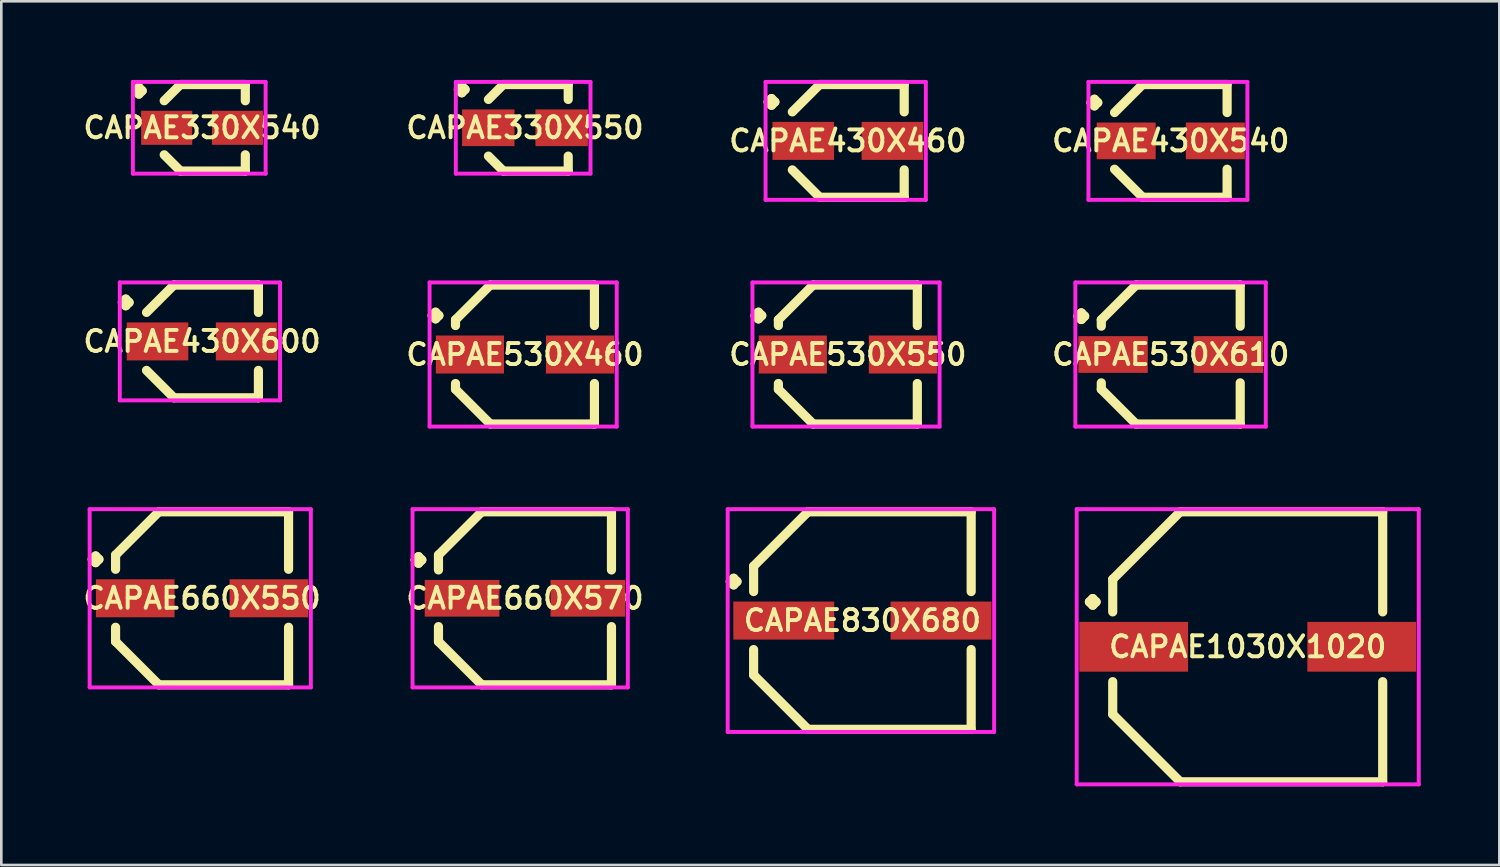
<source format=kicad_pcb>
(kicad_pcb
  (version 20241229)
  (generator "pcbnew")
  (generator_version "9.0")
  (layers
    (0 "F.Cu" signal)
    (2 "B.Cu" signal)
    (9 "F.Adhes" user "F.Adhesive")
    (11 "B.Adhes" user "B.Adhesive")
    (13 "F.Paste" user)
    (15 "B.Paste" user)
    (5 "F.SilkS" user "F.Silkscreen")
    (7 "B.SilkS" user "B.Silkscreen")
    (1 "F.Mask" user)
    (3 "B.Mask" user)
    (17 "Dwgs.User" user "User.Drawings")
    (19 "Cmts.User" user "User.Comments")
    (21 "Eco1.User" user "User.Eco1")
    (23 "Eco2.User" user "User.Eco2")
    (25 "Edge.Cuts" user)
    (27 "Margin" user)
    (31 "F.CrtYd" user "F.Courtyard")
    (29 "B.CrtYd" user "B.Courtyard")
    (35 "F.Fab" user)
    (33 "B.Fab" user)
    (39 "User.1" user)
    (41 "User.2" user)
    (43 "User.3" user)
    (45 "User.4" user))
  (footprint "CAPAE830X680"
    (layer "F.Cu")
    (at 29.851 20.625)
    (property "Reference" "CAPAE830X680" (at 0 0 0) (layer "F.SilkS") (effects (font (size 0.8 0.8) (thickness 0.15))))
    (attr smd)
    (fp_line (start -5.039 -1.487) (end -4.912 -1.614) (stroke (width 0.35) (type solid)) (layer "F.SilkS"))
    (fp_line (start -4.912 -1.614) (end -4.785 -1.487) (stroke (width 0.35) (type solid)) (layer "F.SilkS"))
    (fp_line (start -4.912 -1.36) (end -5.039 -1.487) (stroke (width 0.35) (type solid)) (layer "F.SilkS"))
    (fp_line (start -4.785 -1.487) (end -4.912 -1.36) (stroke (width 0.35) (type solid)) (layer "F.SilkS"))
    (fp_line (start -4.15 -2.075) (end -4.15 -1.106) (stroke (width 0.35) (type solid)) (layer "F.SilkS"))
    (fp_line (start -4.15 2.075) (end -4.15 1.106) (stroke (width 0.35) (type solid)) (layer "F.SilkS"))
    (fp_line (start -2.075 -4.15) (end -4.15 -2.075) (stroke (width 0.35) (type solid)) (layer "F.SilkS"))
    (fp_line (start -2.075 4.15) (end -4.15 2.075) (stroke (width 0.35) (type solid)) (layer "F.SilkS"))
    (fp_line (start 4.15 -4.15) (end -2.075 -4.15) (stroke (width 0.35) (type solid)) (layer "F.SilkS"))
    (fp_line (start 4.15 -1.106) (end 4.15 -4.15) (stroke (width 0.35) (type solid)) (layer "F.SilkS"))
    (fp_line (start 4.15 1.106) (end 4.15 4.15) (stroke (width 0.35) (type solid)) (layer "F.SilkS"))
    (fp_line (start 4.15 4.15) (end -2.075 4.15) (stroke (width 0.35) (type solid)) (layer "F.SilkS"))
    (fp_line (start -5.139 -4.25) (end 5.025 -4.25) (stroke (width 0.15) (type solid)) (layer "F.CrtYd"))
    (fp_line (start -5.139 4.25) (end -5.139 -4.25) (stroke (width 0.15) (type solid)) (layer "F.CrtYd"))
    (fp_line (start 5.025 -4.25) (end 5.025 4.25) (stroke (width 0.15) (type solid)) (layer "F.CrtYd"))
    (fp_line (start 5.025 4.25) (end -5.139 4.25) (stroke (width 0.15) (type solid)) (layer "F.CrtYd"))
    (pad "1" smd rect (at -3 0) (size 3.85 1.45) (layers "F.Cu" "F.Mask" "F.Paste"))
    (pad "2" smd rect (at 3 0) (size 3.85 1.45) (layers "F.Cu" "F.Mask" "F.Paste")))
  (footprint "CAPAE430X540"
    (layer "F.Cu")
    (at 41.615 2.325)
    (property "Reference" "CAPAE430X540" (at 0 0 0) (layer "F.SilkS") (effects (font (size 0.8 0.8) (thickness 0.15))))
    (attr smd)
    (fp_line (start -3.039 -1.462) (end -2.912 -1.589) (stroke (width 0.35) (type solid)) (layer "F.SilkS"))
    (fp_line (start -2.912 -1.589) (end -2.785 -1.462) (stroke (width 0.35) (type solid)) (layer "F.SilkS"))
    (fp_line (start -2.912 -1.335) (end -3.039 -1.462) (stroke (width 0.35) (type solid)) (layer "F.SilkS"))
    (fp_line (start -2.785 -1.462) (end -2.912 -1.335) (stroke (width 0.35) (type solid)) (layer "F.SilkS"))
    (fp_line (start -1.075 -2.15) (end -2.144 -1.081) (stroke (width 0.35) (type solid)) (layer "F.SilkS"))
    (fp_line (start -1.075 2.15) (end -2.144 1.081) (stroke (width 0.35) (type solid)) (layer "F.SilkS"))
    (fp_line (start 2.15 -2.15) (end -1.075 -2.15) (stroke (width 0.35) (type solid)) (layer "F.SilkS"))
    (fp_line (start 2.15 -1.081) (end 2.15 -2.15) (stroke (width 0.35) (type solid)) (layer "F.SilkS"))
    (fp_line (start 2.15 1.081) (end 2.15 2.15) (stroke (width 0.35) (type solid)) (layer "F.SilkS"))
    (fp_line (start 2.15 2.15) (end -1.075 2.15) (stroke (width 0.35) (type solid)) (layer "F.SilkS"))
    (fp_line (start -3.139 -2.25) (end 2.925 -2.25) (stroke (width 0.15) (type solid)) (layer "F.CrtYd"))
    (fp_line (start -3.139 2.25) (end -3.139 -2.25) (stroke (width 0.15) (type solid)) (layer "F.CrtYd"))
    (fp_line (start 2.925 -2.25) (end 2.925 2.25) (stroke (width 0.15) (type solid)) (layer "F.CrtYd"))
    (fp_line (start 2.925 2.25) (end -3.139 2.25) (stroke (width 0.15) (type solid)) (layer "F.CrtYd"))
    (pad "1" smd rect (at -1.7 0) (size 2.25 1.4) (layers "F.Cu" "F.Mask" "F.Paste"))
    (pad "2" smd rect (at 1.7 0) (size 2.25 1.4) (layers "F.Cu" "F.Mask" "F.Paste")))
  (footprint "CAPAE530X460"
    (layer "F.Cu")
    (at 16.978 10.475)
    (property "Reference" "CAPAE530X460" (at 0 0 0) (layer "F.SilkS") (effects (font (size 0.8 0.8) (thickness 0.15))))
    (attr smd)
    (fp_line (start -3.539 -1.487) (end -3.412 -1.614) (stroke (width 0.35) (type solid)) (layer "F.SilkS"))
    (fp_line (start -3.412 -1.614) (end -3.285 -1.487) (stroke (width 0.35) (type solid)) (layer "F.SilkS"))
    (fp_line (start -3.412 -1.36) (end -3.539 -1.487) (stroke (width 0.35) (type solid)) (layer "F.SilkS"))
    (fp_line (start -3.285 -1.487) (end -3.412 -1.36) (stroke (width 0.35) (type solid)) (layer "F.SilkS"))
    (fp_line (start -2.65 -1.325) (end -2.65 -1.106) (stroke (width 0.35) (type solid)) (layer "F.SilkS"))
    (fp_line (start -2.65 1.325) (end -2.65 1.106) (stroke (width 0.35) (type solid)) (layer "F.SilkS"))
    (fp_line (start -1.325 -2.65) (end -2.65 -1.325) (stroke (width 0.35) (type solid)) (layer "F.SilkS"))
    (fp_line (start -1.325 2.65) (end -2.65 1.325) (stroke (width 0.35) (type solid)) (layer "F.SilkS"))
    (fp_line (start 2.65 -2.65) (end -1.325 -2.65) (stroke (width 0.35) (type solid)) (layer "F.SilkS"))
    (fp_line (start 2.65 -1.106) (end 2.65 -2.65) (stroke (width 0.35) (type solid)) (layer "F.SilkS"))
    (fp_line (start 2.65 1.106) (end 2.65 2.65) (stroke (width 0.35) (type solid)) (layer "F.SilkS"))
    (fp_line (start 2.65 2.65) (end -1.325 2.65) (stroke (width 0.35) (type solid)) (layer "F.SilkS"))
    (fp_line (start -3.639 -2.75) (end 3.5 -2.75) (stroke (width 0.15) (type solid)) (layer "F.CrtYd"))
    (fp_line (start -3.639 2.75) (end -3.639 -2.75) (stroke (width 0.15) (type solid)) (layer "F.CrtYd"))
    (fp_line (start 3.5 -2.75) (end 3.5 2.75) (stroke (width 0.15) (type solid)) (layer "F.CrtYd"))
    (fp_line (start 3.5 2.75) (end -3.639 2.75) (stroke (width 0.15) (type solid)) (layer "F.CrtYd"))
    (pad "1" smd rect (at -2.1 0) (size 2.6 1.45) (layers "F.Cu" "F.Mask" "F.Paste"))
    (pad "2" smd rect (at 2.1 0) (size 2.6 1.45) (layers "F.Cu" "F.Mask" "F.Paste")))
  (footprint "CAPAE530X610"
    (layer "F.Cu")
    (at 41.615 10.475)
    (property "Reference" "CAPAE530X610" (at 0 0 0) (layer "F.SilkS") (effects (font (size 0.8 0.8) (thickness 0.15))))
    (attr smd)
    (fp_line (start -3.539 -1.462) (end -3.412 -1.589) (stroke (width 0.35) (type solid)) (layer "F.SilkS"))
    (fp_line (start -3.412 -1.589) (end -3.285 -1.462) (stroke (width 0.35) (type solid)) (layer "F.SilkS"))
    (fp_line (start -3.412 -1.335) (end -3.539 -1.462) (stroke (width 0.35) (type solid)) (layer "F.SilkS"))
    (fp_line (start -3.285 -1.462) (end -3.412 -1.335) (stroke (width 0.35) (type solid)) (layer "F.SilkS"))
    (fp_line (start -2.65 -1.325) (end -2.65 -1.081) (stroke (width 0.35) (type solid)) (layer "F.SilkS"))
    (fp_line (start -2.65 1.325) (end -2.65 1.081) (stroke (width 0.35) (type solid)) (layer "F.SilkS"))
    (fp_line (start -1.325 -2.65) (end -2.65 -1.325) (stroke (width 0.35) (type solid)) (layer "F.SilkS"))
    (fp_line (start -1.325 2.65) (end -2.65 1.325) (stroke (width 0.35) (type solid)) (layer "F.SilkS"))
    (fp_line (start 2.65 -2.65) (end -1.325 -2.65) (stroke (width 0.35) (type solid)) (layer "F.SilkS"))
    (fp_line (start 2.65 -1.081) (end 2.65 -2.65) (stroke (width 0.35) (type solid)) (layer "F.SilkS"))
    (fp_line (start 2.65 1.081) (end 2.65 2.65) (stroke (width 0.35) (type solid)) (layer "F.SilkS"))
    (fp_line (start 2.65 2.65) (end -1.325 2.65) (stroke (width 0.35) (type solid)) (layer "F.SilkS"))
    (fp_line (start -3.639 -2.75) (end 3.625 -2.75) (stroke (width 0.15) (type solid)) (layer "F.CrtYd"))
    (fp_line (start -3.639 2.75) (end -3.639 -2.75) (stroke (width 0.15) (type solid)) (layer "F.CrtYd"))
    (fp_line (start 3.625 -2.75) (end 3.625 2.75) (stroke (width 0.15) (type solid)) (layer "F.CrtYd"))
    (fp_line (start 3.625 2.75) (end -3.639 2.75) (stroke (width 0.15) (type solid)) (layer "F.CrtYd"))
    (pad "1" smd rect (at -2.2 0) (size 2.65 1.4) (layers "F.Cu" "F.Mask" "F.Paste"))
    (pad "2" smd rect (at 2.2 0) (size 2.65 1.4) (layers "F.Cu" "F.Mask" "F.Paste")))
  (footprint "CAPAE330X550"
    (layer "F.Cu")
    (at 16.978 1.825)
    (property "Reference" "CAPAE330X550" (at 0 0 0) (layer "F.SilkS") (effects (font (size 0.8 0.8) (thickness 0.15))))
    (attr smd)
    (fp_line (start -2.539 -1.462) (end -2.412 -1.589) (stroke (width 0.35) (type solid)) (layer "F.SilkS"))
    (fp_line (start -2.412 -1.589) (end -2.285 -1.462) (stroke (width 0.35) (type solid)) (layer "F.SilkS"))
    (fp_line (start -2.412 -1.335) (end -2.539 -1.462) (stroke (width 0.35) (type solid)) (layer "F.SilkS"))
    (fp_line (start -2.285 -1.462) (end -2.412 -1.335) (stroke (width 0.35) (type solid)) (layer "F.SilkS"))
    (fp_line (start -0.825 -1.65) (end -1.394 -1.081) (stroke (width 0.35) (type solid)) (layer "F.SilkS"))
    (fp_line (start -0.825 1.65) (end -1.394 1.081) (stroke (width 0.35) (type solid)) (layer "F.SilkS"))
    (fp_line (start 1.65 -1.65) (end -0.825 -1.65) (stroke (width 0.35) (type solid)) (layer "F.SilkS"))
    (fp_line (start 1.65 -1.081) (end 1.65 -1.65) (stroke (width 0.35) (type solid)) (layer "F.SilkS"))
    (fp_line (start 1.65 1.081) (end 1.65 1.65) (stroke (width 0.35) (type solid)) (layer "F.SilkS"))
    (fp_line (start 1.65 1.65) (end -0.825 1.65) (stroke (width 0.35) (type solid)) (layer "F.SilkS"))
    (fp_line (start -2.639 -1.75) (end 2.5 -1.75) (stroke (width 0.15) (type solid)) (layer "F.CrtYd"))
    (fp_line (start -2.639 1.75) (end -2.639 -1.75) (stroke (width 0.15) (type solid)) (layer "F.CrtYd"))
    (fp_line (start 2.5 -1.75) (end 2.5 1.75) (stroke (width 0.15) (type solid)) (layer "F.CrtYd"))
    (fp_line (start 2.5 1.75) (end -2.639 1.75) (stroke (width 0.15) (type solid)) (layer "F.CrtYd"))
    (pad "1" smd rect (at -1.4 0) (size 2 1.4) (layers "F.Cu" "F.Mask" "F.Paste"))
    (pad "2" smd rect (at 1.4 0) (size 2 1.4) (layers "F.Cu" "F.Mask" "F.Paste")))
  (footprint "CAPAE330X540"
    (layer "F.Cu")
    (at 4.659 1.825)
    (property "Reference" "CAPAE330X540" (at 0 0 0) (layer "F.SilkS") (effects (font (size 0.8 0.8) (thickness 0.15))))
    (attr smd)
    (fp_line (start -2.539 -1.412) (end -2.412 -1.539) (stroke (width 0.35) (type solid)) (layer "F.SilkS"))
    (fp_line (start -2.412 -1.539) (end -2.285 -1.412) (stroke (width 0.35) (type solid)) (layer "F.SilkS"))
    (fp_line (start -2.412 -1.285) (end -2.539 -1.412) (stroke (width 0.35) (type solid)) (layer "F.SilkS"))
    (fp_line (start -2.285 -1.412) (end -2.412 -1.285) (stroke (width 0.35) (type solid)) (layer "F.SilkS"))
    (fp_line (start -0.825 -1.65) (end -1.444 -1.031) (stroke (width 0.35) (type solid)) (layer "F.SilkS"))
    (fp_line (start -0.825 1.65) (end -1.444 1.031) (stroke (width 0.35) (type solid)) (layer "F.SilkS"))
    (fp_line (start 1.65 -1.65) (end -0.825 -1.65) (stroke (width 0.35) (type solid)) (layer "F.SilkS"))
    (fp_line (start 1.65 -1.031) (end 1.65 -1.65) (stroke (width 0.35) (type solid)) (layer "F.SilkS"))
    (fp_line (start 1.65 1.031) (end 1.65 1.65) (stroke (width 0.35) (type solid)) (layer "F.SilkS"))
    (fp_line (start 1.65 1.65) (end -0.825 1.65) (stroke (width 0.35) (type solid)) (layer "F.SilkS"))
    (fp_line (start -2.639 -1.75) (end 2.425 -1.75) (stroke (width 0.15) (type solid)) (layer "F.CrtYd"))
    (fp_line (start -2.639 1.75) (end -2.639 -1.75) (stroke (width 0.15) (type solid)) (layer "F.CrtYd"))
    (fp_line (start 2.425 -1.75) (end 2.425 1.75) (stroke (width 0.15) (type solid)) (layer "F.CrtYd"))
    (fp_line (start 2.425 1.75) (end -2.639 1.75) (stroke (width 0.15) (type solid)) (layer "F.CrtYd"))
    (pad "1" smd rect (at -1.35 0) (size 1.95 1.3) (layers "F.Cu" "F.Mask" "F.Paste"))
    (pad "2" smd rect (at 1.35 0) (size 1.95 1.3) (layers "F.Cu" "F.Mask" "F.Paste")))
  (footprint "CAPAE430X460"
    (layer "F.Cu")
    (at 29.296 2.325)
    (property "Reference" "CAPAE430X460" (at 0 0 0) (layer "F.SilkS") (effects (font (size 0.8 0.8) (thickness 0.15))))
    (attr smd)
    (fp_line (start -3.039 -1.487) (end -2.912 -1.614) (stroke (width 0.35) (type solid)) (layer "F.SilkS"))
    (fp_line (start -2.912 -1.614) (end -2.785 -1.487) (stroke (width 0.35) (type solid)) (layer "F.SilkS"))
    (fp_line (start -2.912 -1.36) (end -3.039 -1.487) (stroke (width 0.35) (type solid)) (layer "F.SilkS"))
    (fp_line (start -2.785 -1.487) (end -2.912 -1.36) (stroke (width 0.35) (type solid)) (layer "F.SilkS"))
    (fp_line (start -1.075 -2.15) (end -2.119 -1.106) (stroke (width 0.35) (type solid)) (layer "F.SilkS"))
    (fp_line (start -1.075 2.15) (end -2.119 1.106) (stroke (width 0.35) (type solid)) (layer "F.SilkS"))
    (fp_line (start 2.15 -2.15) (end -1.075 -2.15) (stroke (width 0.35) (type solid)) (layer "F.SilkS"))
    (fp_line (start 2.15 -1.106) (end 2.15 -2.15) (stroke (width 0.35) (type solid)) (layer "F.SilkS"))
    (fp_line (start 2.15 1.106) (end 2.15 2.15) (stroke (width 0.35) (type solid)) (layer "F.SilkS"))
    (fp_line (start 2.15 2.15) (end -1.075 2.15) (stroke (width 0.35) (type solid)) (layer "F.SilkS"))
    (fp_line (start -3.139 -2.25) (end 2.975 -2.25) (stroke (width 0.15) (type solid)) (layer "F.CrtYd"))
    (fp_line (start -3.139 2.25) (end -3.139 -2.25) (stroke (width 0.15) (type solid)) (layer "F.CrtYd"))
    (fp_line (start 2.975 -2.25) (end 2.975 2.25) (stroke (width 0.15) (type solid)) (layer "F.CrtYd"))
    (fp_line (start 2.975 2.25) (end -3.139 2.25) (stroke (width 0.15) (type solid)) (layer "F.CrtYd"))
    (pad "1" smd rect (at -1.7 0) (size 2.35 1.45) (layers "F.Cu" "F.Mask" "F.Paste"))
    (pad "2" smd rect (at 1.7 0) (size 2.35 1.45) (layers "F.Cu" "F.Mask" "F.Paste")))
  (footprint "CAPAE660X570"
    (layer "F.Cu")
    (at 16.978 19.775)
    (property "Reference" "CAPAE660X570" (at 0 0 0) (layer "F.SilkS") (effects (font (size 0.8 0.8) (thickness 0.15))))
    (attr smd)
    (fp_line (start -4.189 -1.462) (end -4.062 -1.589) (stroke (width 0.35) (type solid)) (layer "F.SilkS"))
    (fp_line (start -4.062 -1.589) (end -3.935 -1.462) (stroke (width 0.35) (type solid)) (layer "F.SilkS"))
    (fp_line (start -4.062 -1.335) (end -4.189 -1.462) (stroke (width 0.35) (type solid)) (layer "F.SilkS"))
    (fp_line (start -3.935 -1.462) (end -4.062 -1.335) (stroke (width 0.35) (type solid)) (layer "F.SilkS"))
    (fp_line (start -3.3 -1.65) (end -3.3 -1.081) (stroke (width 0.35) (type solid)) (layer "F.SilkS"))
    (fp_line (start -3.3 1.65) (end -3.3 1.081) (stroke (width 0.35) (type solid)) (layer "F.SilkS"))
    (fp_line (start -1.65 -3.3) (end -3.3 -1.65) (stroke (width 0.35) (type solid)) (layer "F.SilkS"))
    (fp_line (start -1.65 3.3) (end -3.3 1.65) (stroke (width 0.35) (type solid)) (layer "F.SilkS"))
    (fp_line (start 3.3 -3.3) (end -1.65 -3.3) (stroke (width 0.35) (type solid)) (layer "F.SilkS"))
    (fp_line (start 3.3 -1.081) (end 3.3 -3.3) (stroke (width 0.35) (type solid)) (layer "F.SilkS"))
    (fp_line (start 3.3 1.081) (end 3.3 3.3) (stroke (width 0.35) (type solid)) (layer "F.SilkS"))
    (fp_line (start 3.3 3.3) (end -1.65 3.3) (stroke (width 0.35) (type solid)) (layer "F.SilkS"))
    (fp_line (start -4.289 -3.4) (end 3.925 -3.4) (stroke (width 0.15) (type solid)) (layer "F.CrtYd"))
    (fp_line (start -4.289 3.4) (end -4.289 -3.4) (stroke (width 0.15) (type solid)) (layer "F.CrtYd"))
    (fp_line (start 3.925 -3.4) (end 3.925 3.4) (stroke (width 0.15) (type solid)) (layer "F.CrtYd"))
    (fp_line (start 3.925 3.4) (end -4.289 3.4) (stroke (width 0.15) (type solid)) (layer "F.CrtYd"))
    (pad "1" smd rect (at -2.4 0) (size 2.85 1.4) (layers "F.Cu" "F.Mask" "F.Paste"))
    (pad "2" smd rect (at 2.4 0) (size 2.85 1.4) (layers "F.Cu" "F.Mask" "F.Paste")))
  (footprint "CAPAE430X600"
    (layer "F.Cu")
    (at 4.659 9.975)
    (property "Reference" "CAPAE430X600" (at 0 0 0) (layer "F.SilkS") (effects (font (size 0.8 0.8) (thickness 0.15))))
    (attr smd)
    (fp_line (start -3.039 -1.487) (end -2.912 -1.614) (stroke (width 0.35) (type solid)) (layer "F.SilkS"))
    (fp_line (start -2.912 -1.614) (end -2.785 -1.487) (stroke (width 0.35) (type solid)) (layer "F.SilkS"))
    (fp_line (start -2.912 -1.36) (end -3.039 -1.487) (stroke (width 0.35) (type solid)) (layer "F.SilkS"))
    (fp_line (start -2.785 -1.487) (end -2.912 -1.36) (stroke (width 0.35) (type solid)) (layer "F.SilkS"))
    (fp_line (start -1.075 -2.15) (end -2.119 -1.106) (stroke (width 0.35) (type solid)) (layer "F.SilkS"))
    (fp_line (start -1.075 2.15) (end -2.119 1.106) (stroke (width 0.35) (type solid)) (layer "F.SilkS"))
    (fp_line (start 2.15 -2.15) (end -1.075 -2.15) (stroke (width 0.35) (type solid)) (layer "F.SilkS"))
    (fp_line (start 2.15 -1.106) (end 2.15 -2.15) (stroke (width 0.35) (type solid)) (layer "F.SilkS"))
    (fp_line (start 2.15 1.106) (end 2.15 2.15) (stroke (width 0.35) (type solid)) (layer "F.SilkS"))
    (fp_line (start 2.15 2.15) (end -1.075 2.15) (stroke (width 0.35) (type solid)) (layer "F.SilkS"))
    (fp_line (start -3.139 -2.25) (end 2.975 -2.25) (stroke (width 0.15) (type solid)) (layer "F.CrtYd"))
    (fp_line (start -3.139 2.25) (end -3.139 -2.25) (stroke (width 0.15) (type solid)) (layer "F.CrtYd"))
    (fp_line (start 2.975 -2.25) (end 2.975 2.25) (stroke (width 0.15) (type solid)) (layer "F.CrtYd"))
    (fp_line (start 2.975 2.25) (end -3.139 2.25) (stroke (width 0.15) (type solid)) (layer "F.CrtYd"))
    (pad "1" smd rect (at -1.7 0) (size 2.35 1.45) (layers "F.Cu" "F.Mask" "F.Paste"))
    (pad "2" smd rect (at 1.7 0) (size 2.35 1.45) (layers "F.Cu" "F.Mask" "F.Paste")))
  (footprint "CAPAE660X550"
    (layer "F.Cu")
    (at 4.659 19.775)
    (property "Reference" "CAPAE660X550" (at 0 0 0) (layer "F.SilkS") (effects (font (size 0.8 0.8) (thickness 0.15))))
    (attr smd)
    (fp_line (start -4.189 -1.487) (end -4.062 -1.614) (stroke (width 0.35) (type solid)) (layer "F.SilkS"))
    (fp_line (start -4.062 -1.614) (end -3.935 -1.487) (stroke (width 0.35) (type solid)) (layer "F.SilkS"))
    (fp_line (start -4.062 -1.36) (end -4.189 -1.487) (stroke (width 0.35) (type solid)) (layer "F.SilkS"))
    (fp_line (start -3.935 -1.487) (end -4.062 -1.36) (stroke (width 0.35) (type solid)) (layer "F.SilkS"))
    (fp_line (start -3.3 -1.65) (end -3.3 -1.106) (stroke (width 0.35) (type solid)) (layer "F.SilkS"))
    (fp_line (start -3.3 1.65) (end -3.3 1.106) (stroke (width 0.35) (type solid)) (layer "F.SilkS"))
    (fp_line (start -1.65 -3.3) (end -3.3 -1.65) (stroke (width 0.35) (type solid)) (layer "F.SilkS"))
    (fp_line (start -1.65 3.3) (end -3.3 1.65) (stroke (width 0.35) (type solid)) (layer "F.SilkS"))
    (fp_line (start 3.3 -3.3) (end -1.65 -3.3) (stroke (width 0.35) (type solid)) (layer "F.SilkS"))
    (fp_line (start 3.3 -1.106) (end 3.3 -3.3) (stroke (width 0.35) (type solid)) (layer "F.SilkS"))
    (fp_line (start 3.3 1.106) (end 3.3 3.3) (stroke (width 0.35) (type solid)) (layer "F.SilkS"))
    (fp_line (start 3.3 3.3) (end -1.65 3.3) (stroke (width 0.35) (type solid)) (layer "F.SilkS"))
    (fp_line (start -4.289 -3.4) (end 4.15 -3.4) (stroke (width 0.15) (type solid)) (layer "F.CrtYd"))
    (fp_line (start -4.289 3.4) (end -4.289 -3.4) (stroke (width 0.15) (type solid)) (layer "F.CrtYd"))
    (fp_line (start 4.15 -3.4) (end 4.15 3.4) (stroke (width 0.15) (type solid)) (layer "F.CrtYd"))
    (fp_line (start 4.15 3.4) (end -4.289 3.4) (stroke (width 0.15) (type solid)) (layer "F.CrtYd"))
    (pad "1" smd rect (at -2.55 0) (size 3 1.45) (layers "F.Cu" "F.Mask" "F.Paste"))
    (pad "2" smd rect (at 2.55 0) (size 3 1.45) (layers "F.Cu" "F.Mask" "F.Paste")))
  (footprint "CAPAE530X550"
    (layer "F.Cu")
    (at 29.296 10.475)
    (property "Reference" "CAPAE530X550" (at 0 0 0) (layer "F.SilkS") (effects (font (size 0.8 0.8) (thickness 0.15))))
    (attr smd)
    (fp_line (start -3.539 -1.487) (end -3.412 -1.614) (stroke (width 0.35) (type solid)) (layer "F.SilkS"))
    (fp_line (start -3.412 -1.614) (end -3.285 -1.487) (stroke (width 0.35) (type solid)) (layer "F.SilkS"))
    (fp_line (start -3.412 -1.36) (end -3.539 -1.487) (stroke (width 0.35) (type solid)) (layer "F.SilkS"))
    (fp_line (start -3.285 -1.487) (end -3.412 -1.36) (stroke (width 0.35) (type solid)) (layer "F.SilkS"))
    (fp_line (start -2.65 -1.325) (end -2.65 -1.106) (stroke (width 0.35) (type solid)) (layer "F.SilkS"))
    (fp_line (start -2.65 1.325) (end -2.65 1.106) (stroke (width 0.35) (type solid)) (layer "F.SilkS"))
    (fp_line (start -1.325 -2.65) (end -2.65 -1.325) (stroke (width 0.35) (type solid)) (layer "F.SilkS"))
    (fp_line (start -1.325 2.65) (end -2.65 1.325) (stroke (width 0.35) (type solid)) (layer "F.SilkS"))
    (fp_line (start 2.65 -2.65) (end -1.325 -2.65) (stroke (width 0.35) (type solid)) (layer "F.SilkS"))
    (fp_line (start 2.65 -1.106) (end 2.65 -2.65) (stroke (width 0.35) (type solid)) (layer "F.SilkS"))
    (fp_line (start 2.65 1.106) (end 2.65 2.65) (stroke (width 0.35) (type solid)) (layer "F.SilkS"))
    (fp_line (start 2.65 2.65) (end -1.325 2.65) (stroke (width 0.35) (type solid)) (layer "F.SilkS"))
    (fp_line (start -3.639 -2.75) (end 3.5 -2.75) (stroke (width 0.15) (type solid)) (layer "F.CrtYd"))
    (fp_line (start -3.639 2.75) (end -3.639 -2.75) (stroke (width 0.15) (type solid)) (layer "F.CrtYd"))
    (fp_line (start 3.5 -2.75) (end 3.5 2.75) (stroke (width 0.15) (type solid)) (layer "F.CrtYd"))
    (fp_line (start 3.5 2.75) (end -3.639 2.75) (stroke (width 0.15) (type solid)) (layer "F.CrtYd"))
    (pad "1" smd rect (at -2.1 0) (size 2.6 1.45) (layers "F.Cu" "F.Mask" "F.Paste"))
    (pad "2" smd rect (at 2.1 0) (size 2.6 1.45) (layers "F.Cu" "F.Mask" "F.Paste")))
  (footprint "CAPAE1030X1020"
    (layer "F.Cu")
    (at 44.551 21.625)
    (property "Reference" "CAPAE1030X1020" (at 0 0 0) (layer "F.SilkS") (effects (font (size 0.8 0.8) (thickness 0.15))))
    (attr smd)
    (fp_line (start -6.039 -1.712) (end -5.912 -1.839) (stroke (width 0.35) (type solid)) (layer "F.SilkS"))
    (fp_line (start -5.912 -1.839) (end -5.785 -1.712) (stroke (width 0.35) (type solid)) (layer "F.SilkS"))
    (fp_line (start -5.912 -1.585) (end -6.039 -1.712) (stroke (width 0.35) (type solid)) (layer "F.SilkS"))
    (fp_line (start -5.785 -1.712) (end -5.912 -1.585) (stroke (width 0.35) (type solid)) (layer "F.SilkS"))
    (fp_line (start -5.15 -2.575) (end -5.15 -1.331) (stroke (width 0.35) (type solid)) (layer "F.SilkS"))
    (fp_line (start -5.15 2.575) (end -5.15 1.331) (stroke (width 0.35) (type solid)) (layer "F.SilkS"))
    (fp_line (start -2.575 -5.15) (end -5.15 -2.575) (stroke (width 0.35) (type solid)) (layer "F.SilkS"))
    (fp_line (start -2.575 5.15) (end -5.15 2.575) (stroke (width 0.35) (type solid)) (layer "F.SilkS"))
    (fp_line (start 5.15 -5.15) (end -2.575 -5.15) (stroke (width 0.35) (type solid)) (layer "F.SilkS"))
    (fp_line (start 5.15 -1.331) (end 5.15 -5.15) (stroke (width 0.35) (type solid)) (layer "F.SilkS"))
    (fp_line (start 5.15 1.331) (end 5.15 5.15) (stroke (width 0.35) (type solid)) (layer "F.SilkS"))
    (fp_line (start 5.15 5.15) (end -2.575 5.15) (stroke (width 0.35) (type solid)) (layer "F.SilkS"))
    (fp_line (start -6.525 -5.25) (end 6.525 -5.25) (stroke (width 0.15) (type solid)) (layer "F.CrtYd"))
    (fp_line (start -6.525 5.25) (end -6.525 -5.25) (stroke (width 0.15) (type solid)) (layer "F.CrtYd"))
    (fp_line (start 6.525 -5.25) (end 6.525 5.25) (stroke (width 0.15) (type solid)) (layer "F.CrtYd"))
    (fp_line (start 6.525 5.25) (end -6.525 5.25) (stroke (width 0.15) (type solid)) (layer "F.CrtYd"))
    (pad "1" smd rect (at -4.35 0) (size 4.15 1.9) (layers "F.Cu" "F.Mask" "F.Paste"))
    (pad "2" smd rect (at 4.35 0) (size 4.15 1.9) (layers "F.Cu" "F.Mask" "F.Paste")))
  (gr_rect
    (start -3 -3)
    (end 54.151 29.95)
    (stroke (width 0.1) (type default))
    (fill no)
    (layer "Edge.Cuts")))
</source>
